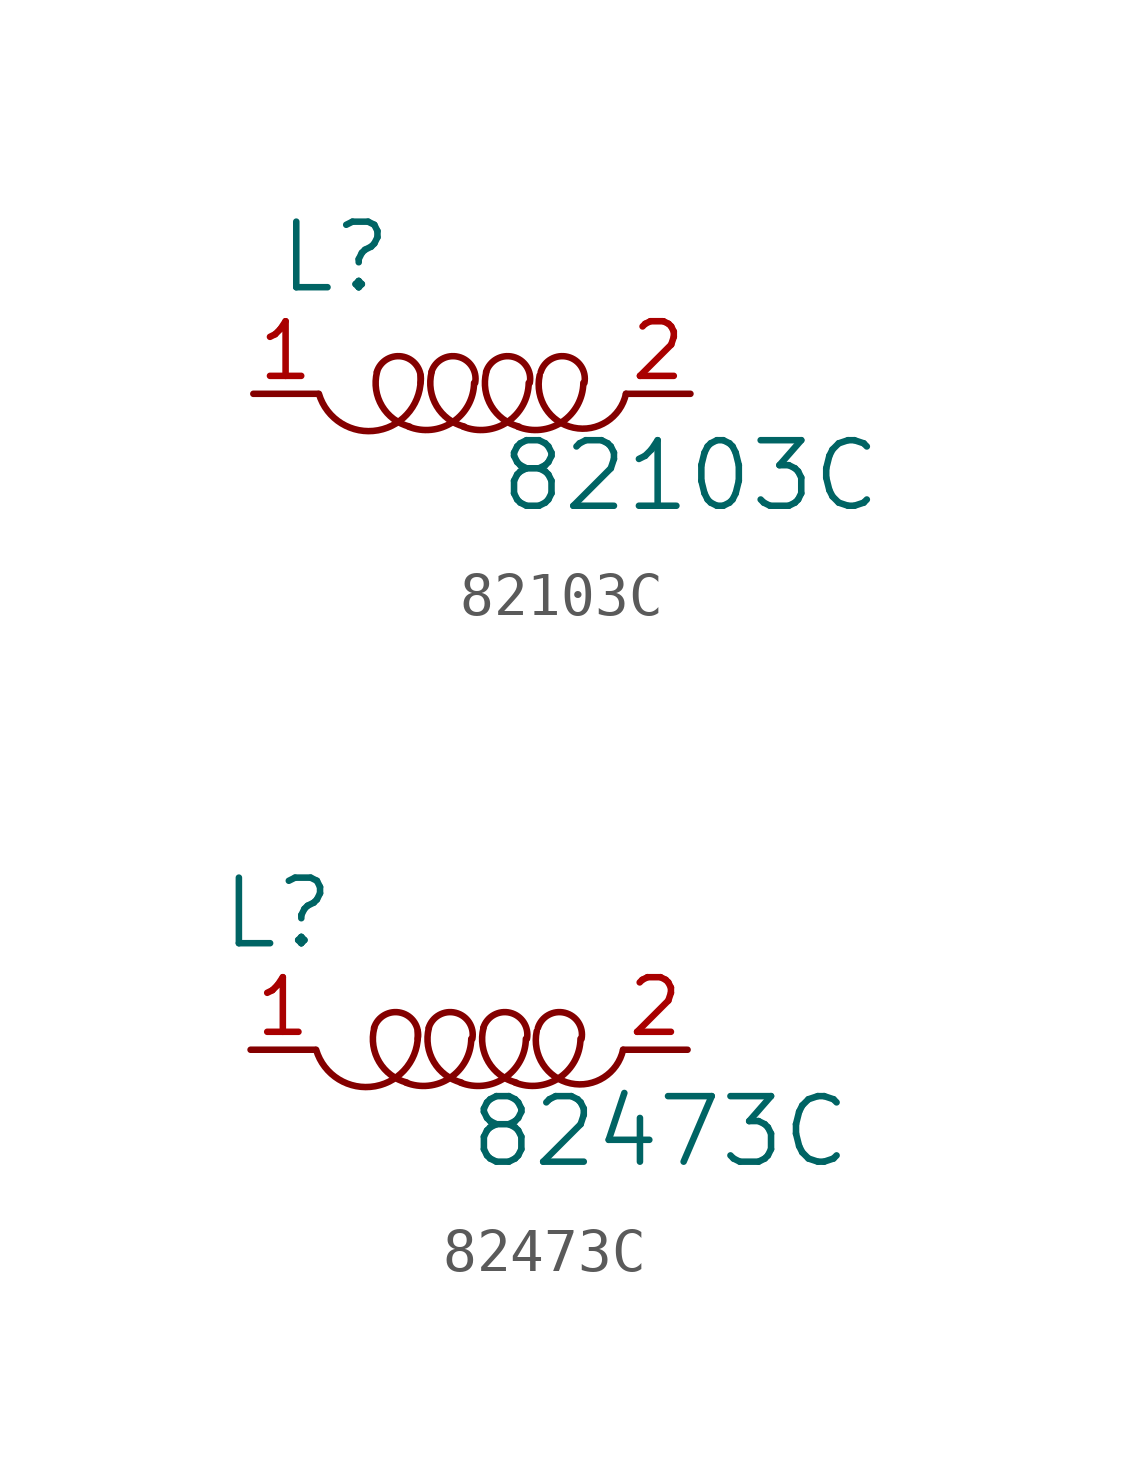
<source format=kicad_sym>
(kicad_symbol_lib
  (version 20220914)
  (generator kicad_symbol_editor)
  (symbol "82103C"
    (pin_names
      (offset 1.016))
    (property "Reference" "L"
      (at -3.175 3.175 0)
      (effects (font (size 1.524 1.524))))
    (property "Value" "82103C"
      (at 5.08 -1.905 0)
      (effects (font (size 1.524 1.524))))
    (symbol "82103C_0_1"
      (arc (start -3.556 0) (mid -2.1694 -0.8461) (end -1.1938 0.4318) (stroke (width 0) (type default)) (fill (type none)))
      (arc (start -2.2098 0.508) (mid -2.0918 -0.2848) (end -1.4478 -0.762) (stroke (width 0) (type default)) (fill (type none)))
      (arc (start -1.4732 -0.762) (mid -0.4347 -0.6489) (end 0.0508 0.254) (stroke (width 0) (type default)) (fill (type none)))
      (arc (start -1.1938 0.254) (mid -1.5764 0.8583) (end -2.2098 0.508) (stroke (width 0) (type default)) (fill (type none)))
      (arc (start -0.9398 0.508) (mid -0.8218 -0.2848) (end -0.1778 -0.762) (stroke (width 0) (type default)) (fill (type none)))
      (arc (start -0.2032 -0.762) (mid 0.8353 -0.6489) (end 1.3208 0.254) (stroke (width 0) (type default)) (fill (type none)))
      (arc (start 0.0762 0.254) (mid -0.3064 0.8583) (end -0.9398 0.508) (stroke (width 0) (type default)) (fill (type none)))
      (arc (start 0.3302 0.508) (mid 0.4482 -0.2848) (end 1.0922 -0.762) (stroke (width 0) (type default)) (fill (type none)))
      (arc (start 1.0668 -0.762) (mid 2.1053 -0.6489) (end 2.5908 0.254) (stroke (width 0) (type default)) (fill (type none)))
      (arc (start 1.3462 0.254) (mid 0.9636 0.8583) (end 0.3302 0.508) (stroke (width 0) (type default)) (fill (type none)))
      (arc (start 1.5748 0.4318) (mid 2.3727 -0.7843) (end 3.5814 0) (stroke (width 0) (type default)) (fill (type none)))
      (arc (start 2.6162 0.254) (mid 2.2336 0.8583) (end 1.6002 0.508) (stroke (width 0) (type default)) (fill (type none))))
    (symbol "82103C_1_1"
      (pin passive line (at -5.08 0 0) (length 1.499) (name "~" (effects (font (size 1.27 1.27)))) (number "1" (effects (font (size 1.27 1.27)))))
      (pin passive line (at 5.08 0 180) (length 1.499) (name "~" (effects (font (size 1.27 1.27)))) (number "2" (effects (font (size 1.27 1.27)))))))
  (symbol "82473C"
    (pin_names
      (offset 1.016))
    (property "Reference" "L"
      (at -4.445 3.175 0)
      (effects (font (size 1.524 1.524))))
    (property "Value" "82473C"
      (at 4.445 -1.905 0)
      (effects (font (size 1.524 1.524))))
    (symbol "82473C_0_1"
      (arc (start -3.556 0) (mid -2.1694 -0.8461) (end -1.1938 0.4318) (stroke (width 0) (type default)) (fill (type none)))
      (arc (start -2.2098 0.508) (mid -2.0918 -0.2848) (end -1.4478 -0.762) (stroke (width 0) (type default)) (fill (type none)))
      (arc (start -1.4732 -0.762) (mid -0.4347 -0.6489) (end 0.0508 0.254) (stroke (width 0) (type default)) (fill (type none)))
      (arc (start -1.1938 0.254) (mid -1.5764 0.8583) (end -2.2098 0.508) (stroke (width 0) (type default)) (fill (type none)))
      (arc (start -0.9398 0.508) (mid -0.8218 -0.2848) (end -0.1778 -0.762) (stroke (width 0) (type default)) (fill (type none)))
      (arc (start -0.2032 -0.762) (mid 0.8353 -0.6489) (end 1.3208 0.254) (stroke (width 0) (type default)) (fill (type none)))
      (arc (start 0.0762 0.254) (mid -0.3064 0.8583) (end -0.9398 0.508) (stroke (width 0) (type default)) (fill (type none)))
      (arc (start 0.3302 0.508) (mid 0.4482 -0.2848) (end 1.0922 -0.762) (stroke (width 0) (type default)) (fill (type none)))
      (arc (start 1.0668 -0.762) (mid 2.1053 -0.6489) (end 2.5908 0.254) (stroke (width 0) (type default)) (fill (type none)))
      (arc (start 1.3462 0.254) (mid 0.9636 0.8583) (end 0.3302 0.508) (stroke (width 0) (type default)) (fill (type none)))
      (arc (start 1.5748 0.4318) (mid 2.3727 -0.7843) (end 3.5814 0) (stroke (width 0) (type default)) (fill (type none)))
      (arc (start 2.6162 0.254) (mid 2.2336 0.8583) (end 1.6002 0.508) (stroke (width 0) (type default)) (fill (type none))))
    (symbol "82473C_1_1"
      (pin passive line (at -5.08 0 0) (length 1.499) (name "~" (effects (font (size 1.27 1.27)))) (number "1" (effects (font (size 1.27 1.27)))))
      (pin passive line (at 5.08 0 180) (length 1.499) (name "~" (effects (font (size 1.27 1.27)))) (number "2" (effects (font (size 1.27 1.27))))))))
</source>
